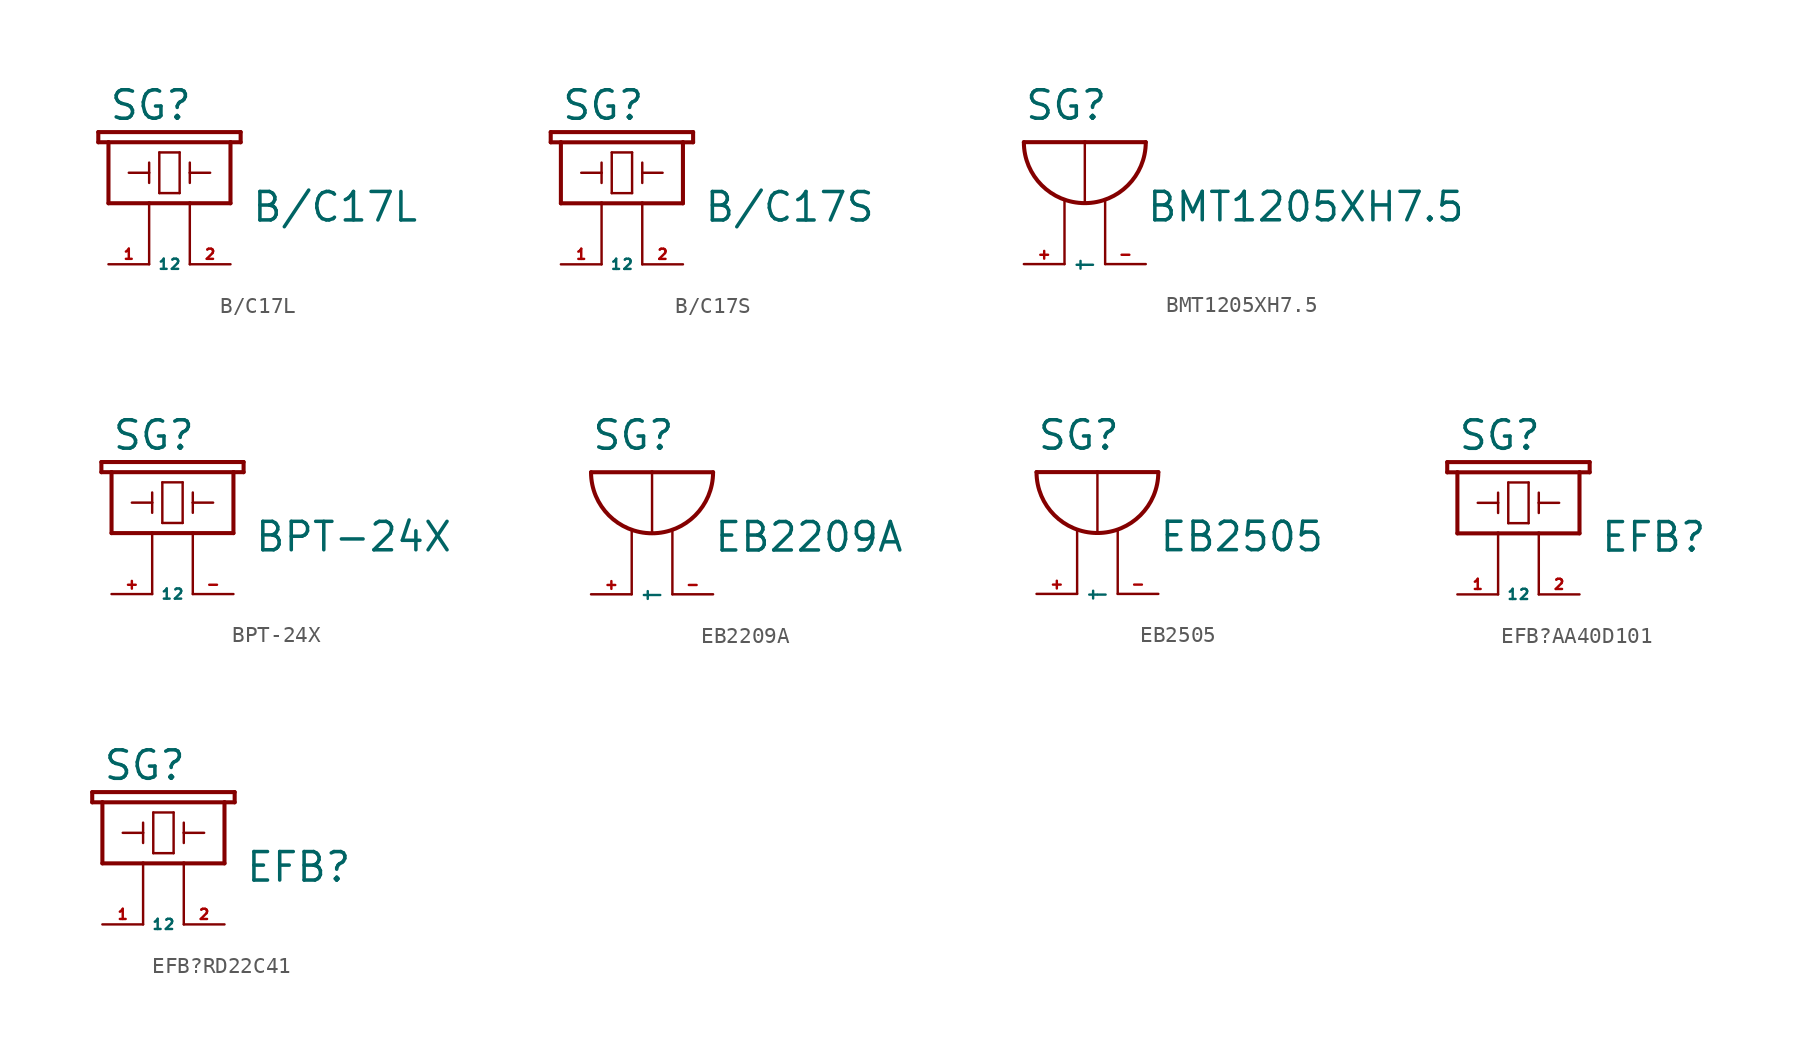
<source format=kicad_sym>
(kicad_symbol_lib
  (version 20220914)
  (generator Eagle2Kicad)
  (symbol "B/C17L"
    (property "Reference" "SG"
      (at -2.54 6.35 0)
      (effects (font (size 1.778 1.778) (thickness 0.22)) (justify left bottom)))
    (property "Value" "B/C17L"
      (at 6.35 0 0)
      (effects (font (size 1.778 1.778) (thickness 0.22)) (justify left bottom)))
    (polyline
      (pts (xy -1.27 3.175) (xy 0 3.175))
      (stroke (width 0.152) (type default))
      (fill (type none)))
    (polyline
      (pts (xy 0 3.175) (xy 0 3.81))
      (stroke (width 0.152) (type default))
      (fill (type none)))
    (polyline
      (pts (xy 0 3.175) (xy 0 2.54))
      (stroke (width 0.152) (type default))
      (fill (type none)))
    (polyline
      (pts (xy 0.635 4.445) (xy 0.635 1.905))
      (stroke (width 0.152) (type default))
      (fill (type none)))
    (polyline
      (pts (xy 0.635 1.905) (xy 1.905 1.905))
      (stroke (width 0.152) (type default))
      (fill (type none)))
    (polyline
      (pts (xy 1.905 1.905) (xy 1.905 4.445))
      (stroke (width 0.152) (type default))
      (fill (type none)))
    (polyline
      (pts (xy 1.905 4.445) (xy 0.635 4.445))
      (stroke (width 0.152) (type default))
      (fill (type none)))
    (polyline
      (pts (xy 2.54 3.81) (xy 2.54 3.175))
      (stroke (width 0.152) (type default))
      (fill (type none)))
    (polyline
      (pts (xy 2.54 3.175) (xy 3.81 3.175))
      (stroke (width 0.152) (type default))
      (fill (type none)))
    (polyline
      (pts (xy 2.54 3.175) (xy 2.54 2.54))
      (stroke (width 0.152) (type default))
      (fill (type none)))
    (polyline
      (pts (xy 2.54 -2.54) (xy 2.54 1.27))
      (stroke (width 0.152) (type default))
      (fill (type none)))
    (polyline
      (pts (xy 0 -2.54) (xy 0 1.27))
      (stroke (width 0.152) (type default))
      (fill (type none)))
    (polyline
      (pts (xy -2.54 1.27) (xy 0 1.27))
      (stroke (width 0.254) (type default))
      (fill (type none)))
    (polyline
      (pts (xy 5.08 1.27) (xy 5.08 5.08))
      (stroke (width 0.254) (type default))
      (fill (type none)))
    (polyline
      (pts (xy 5.08 5.08) (xy 5.715 5.08))
      (stroke (width 0.254) (type default))
      (fill (type none)))
    (polyline
      (pts (xy 5.715 5.08) (xy 5.715 5.715))
      (stroke (width 0.254) (type default))
      (fill (type none)))
    (polyline
      (pts (xy 5.715 5.715) (xy -3.175 5.715))
      (stroke (width 0.254) (type default))
      (fill (type none)))
    (polyline
      (pts (xy -3.175 5.715) (xy -3.175 5.08))
      (stroke (width 0.254) (type default))
      (fill (type none)))
    (polyline
      (pts (xy -3.175 5.08) (xy -2.54 5.08))
      (stroke (width 0.254) (type default))
      (fill (type none)))
    (polyline
      (pts (xy -2.54 5.08) (xy -2.54 1.27))
      (stroke (width 0.254) (type default))
      (fill (type none)))
    (polyline
      (pts (xy -2.54 5.08) (xy 5.08 5.08))
      (stroke (width 0.254) (type default))
      (fill (type none)))
    (polyline
      (pts (xy 2.54 1.27) (xy 5.08 1.27))
      (stroke (width 0.254) (type default))
      (fill (type none)))
    (polyline
      (pts (xy 0 1.27) (xy 2.54 1.27))
      (stroke (width 0.254) (type default))
      (fill (type none)))
    (pin passive line
      (at 5.08 -2.54 180)
      (length 2.54)
      (name "2" (effects (font (size 0.635 0.635) (thickness 0.08)) (justify left bottom)))
      (number "2" (effects (font (size 0.635 0.635) (thickness 0.08)) (justify left bottom))))
    (pin passive line
      (at -2.54 -2.54 0)
      (length 2.54)
      (name "1" (effects (font (size 0.635 0.635) (thickness 0.08)) (justify left bottom)))
      (number "1" (effects (font (size 0.635 0.635) (thickness 0.08)) (justify left bottom)))))
  (symbol "B/C17S"
    (property "Reference" "SG"
      (at -2.54 6.35 0)
      (effects (font (size 1.778 1.778) (thickness 0.22)) (justify left bottom)))
    (property "Value" "B/C17S"
      (at 6.35 0 0)
      (effects (font (size 1.778 1.778) (thickness 0.22)) (justify left bottom)))
    (polyline
      (pts (xy -1.27 3.175) (xy 0 3.175))
      (stroke (width 0.152) (type default))
      (fill (type none)))
    (polyline
      (pts (xy 0 3.175) (xy 0 3.81))
      (stroke (width 0.152) (type default))
      (fill (type none)))
    (polyline
      (pts (xy 0 3.175) (xy 0 2.54))
      (stroke (width 0.152) (type default))
      (fill (type none)))
    (polyline
      (pts (xy 0.635 4.445) (xy 0.635 1.905))
      (stroke (width 0.152) (type default))
      (fill (type none)))
    (polyline
      (pts (xy 0.635 1.905) (xy 1.905 1.905))
      (stroke (width 0.152) (type default))
      (fill (type none)))
    (polyline
      (pts (xy 1.905 1.905) (xy 1.905 4.445))
      (stroke (width 0.152) (type default))
      (fill (type none)))
    (polyline
      (pts (xy 1.905 4.445) (xy 0.635 4.445))
      (stroke (width 0.152) (type default))
      (fill (type none)))
    (polyline
      (pts (xy 2.54 3.81) (xy 2.54 3.175))
      (stroke (width 0.152) (type default))
      (fill (type none)))
    (polyline
      (pts (xy 2.54 3.175) (xy 3.81 3.175))
      (stroke (width 0.152) (type default))
      (fill (type none)))
    (polyline
      (pts (xy 2.54 3.175) (xy 2.54 2.54))
      (stroke (width 0.152) (type default))
      (fill (type none)))
    (polyline
      (pts (xy 2.54 -2.54) (xy 2.54 1.27))
      (stroke (width 0.152) (type default))
      (fill (type none)))
    (polyline
      (pts (xy 0 -2.54) (xy 0 1.27))
      (stroke (width 0.152) (type default))
      (fill (type none)))
    (polyline
      (pts (xy -2.54 1.27) (xy 0 1.27))
      (stroke (width 0.254) (type default))
      (fill (type none)))
    (polyline
      (pts (xy 5.08 1.27) (xy 5.08 5.08))
      (stroke (width 0.254) (type default))
      (fill (type none)))
    (polyline
      (pts (xy 5.08 5.08) (xy 5.715 5.08))
      (stroke (width 0.254) (type default))
      (fill (type none)))
    (polyline
      (pts (xy 5.715 5.08) (xy 5.715 5.715))
      (stroke (width 0.254) (type default))
      (fill (type none)))
    (polyline
      (pts (xy 5.715 5.715) (xy -3.175 5.715))
      (stroke (width 0.254) (type default))
      (fill (type none)))
    (polyline
      (pts (xy -3.175 5.715) (xy -3.175 5.08))
      (stroke (width 0.254) (type default))
      (fill (type none)))
    (polyline
      (pts (xy -3.175 5.08) (xy -2.54 5.08))
      (stroke (width 0.254) (type default))
      (fill (type none)))
    (polyline
      (pts (xy -2.54 5.08) (xy -2.54 1.27))
      (stroke (width 0.254) (type default))
      (fill (type none)))
    (polyline
      (pts (xy -2.54 5.08) (xy 5.08 5.08))
      (stroke (width 0.254) (type default))
      (fill (type none)))
    (polyline
      (pts (xy 2.54 1.27) (xy 5.08 1.27))
      (stroke (width 0.254) (type default))
      (fill (type none)))
    (polyline
      (pts (xy 0 1.27) (xy 2.54 1.27))
      (stroke (width 0.254) (type default))
      (fill (type none)))
    (pin passive line
      (at 5.08 -2.54 180)
      (length 2.54)
      (name "2" (effects (font (size 0.635 0.635) (thickness 0.08)) (justify left bottom)))
      (number "2" (effects (font (size 0.635 0.635) (thickness 0.08)) (justify left bottom))))
    (pin passive line
      (at -2.54 -2.54 0)
      (length 2.54)
      (name "1" (effects (font (size 0.635 0.635) (thickness 0.08)) (justify left bottom)))
      (number "1" (effects (font (size 0.635 0.635) (thickness 0.08)) (justify left bottom)))))
  (symbol "BMT1205XH7.5"
    (property "Reference" "SG"
      (at -2.54 6.35 0)
      (effects (font (size 1.778 1.778) (thickness 0.22)) (justify left bottom)))
    (property "Value" "BMT1205XH7.5"
      (at 5.08 0 0)
      (effects (font (size 1.778 1.778) (thickness 0.22)) (justify left bottom)))
    (arc
      (start -2.54 5.08)
      (mid 1.270 1.270)
      (end 5.08 5.08)
      (stroke (width 0.254) (type default))
      (fill (type none)))
    (polyline
      (pts (xy -2.54 5.08) (xy 1.27 5.08))
      (stroke (width 0.254) (type default))
      (fill (type none)))
    (polyline
      (pts (xy 1.27 1.27) (xy 1.27 5.08))
      (stroke (width 0.152) (type default))
      (fill (type none)))
    (polyline
      (pts (xy 1.27 5.08) (xy 5.08 5.08))
      (stroke (width 0.254) (type default))
      (fill (type none)))
    (polyline
      (pts (xy 2.54 -2.54) (xy 2.54 1.397))
      (stroke (width 0.152) (type default))
      (fill (type none)))
    (polyline
      (pts (xy 0 -2.54) (xy 0 1.397))
      (stroke (width 0.152) (type default))
      (fill (type none)))
    (pin passive line
      (at 5.08 -2.54 180)
      (length 2.54)
      (name "-" (effects (font (size 0.635 0.635) (thickness 0.08)) (justify left bottom)))
      (number "-" (effects (font (size 0.635 0.635) (thickness 0.08)) (justify left bottom))))
    (pin passive line
      (at -2.54 -2.54 0)
      (length 2.54)
      (name "+" (effects (font (size 0.635 0.635) (thickness 0.08)) (justify left bottom)))
      (number "+" (effects (font (size 0.635 0.635) (thickness 0.08)) (justify left bottom)))))
  (symbol "BPT-24X"
    (property "Reference" "SG"
      (at -2.54 6.35 0)
      (effects (font (size 1.778 1.778) (thickness 0.22)) (justify left bottom)))
    (property "Value" "BPT-24X"
      (at 6.35 0 0)
      (effects (font (size 1.778 1.778) (thickness 0.22)) (justify left bottom)))
    (polyline
      (pts (xy -1.27 3.175) (xy 0 3.175))
      (stroke (width 0.152) (type default))
      (fill (type none)))
    (polyline
      (pts (xy 0 3.175) (xy 0 3.81))
      (stroke (width 0.152) (type default))
      (fill (type none)))
    (polyline
      (pts (xy 0 3.175) (xy 0 2.54))
      (stroke (width 0.152) (type default))
      (fill (type none)))
    (polyline
      (pts (xy 0.635 4.445) (xy 0.635 1.905))
      (stroke (width 0.152) (type default))
      (fill (type none)))
    (polyline
      (pts (xy 0.635 1.905) (xy 1.905 1.905))
      (stroke (width 0.152) (type default))
      (fill (type none)))
    (polyline
      (pts (xy 1.905 1.905) (xy 1.905 4.445))
      (stroke (width 0.152) (type default))
      (fill (type none)))
    (polyline
      (pts (xy 1.905 4.445) (xy 0.635 4.445))
      (stroke (width 0.152) (type default))
      (fill (type none)))
    (polyline
      (pts (xy 2.54 3.81) (xy 2.54 3.175))
      (stroke (width 0.152) (type default))
      (fill (type none)))
    (polyline
      (pts (xy 2.54 3.175) (xy 3.81 3.175))
      (stroke (width 0.152) (type default))
      (fill (type none)))
    (polyline
      (pts (xy 2.54 3.175) (xy 2.54 2.54))
      (stroke (width 0.152) (type default))
      (fill (type none)))
    (polyline
      (pts (xy 2.54 -2.54) (xy 2.54 1.27))
      (stroke (width 0.152) (type default))
      (fill (type none)))
    (polyline
      (pts (xy 0 -2.54) (xy 0 1.27))
      (stroke (width 0.152) (type default))
      (fill (type none)))
    (polyline
      (pts (xy -2.54 1.27) (xy 0 1.27))
      (stroke (width 0.254) (type default))
      (fill (type none)))
    (polyline
      (pts (xy 5.08 1.27) (xy 5.08 5.08))
      (stroke (width 0.254) (type default))
      (fill (type none)))
    (polyline
      (pts (xy 5.08 5.08) (xy 5.715 5.08))
      (stroke (width 0.254) (type default))
      (fill (type none)))
    (polyline
      (pts (xy 5.715 5.08) (xy 5.715 5.715))
      (stroke (width 0.254) (type default))
      (fill (type none)))
    (polyline
      (pts (xy 5.715 5.715) (xy -3.175 5.715))
      (stroke (width 0.254) (type default))
      (fill (type none)))
    (polyline
      (pts (xy -3.175 5.715) (xy -3.175 5.08))
      (stroke (width 0.254) (type default))
      (fill (type none)))
    (polyline
      (pts (xy -3.175 5.08) (xy -2.54 5.08))
      (stroke (width 0.254) (type default))
      (fill (type none)))
    (polyline
      (pts (xy -2.54 5.08) (xy -2.54 1.27))
      (stroke (width 0.254) (type default))
      (fill (type none)))
    (polyline
      (pts (xy -2.54 5.08) (xy 5.08 5.08))
      (stroke (width 0.254) (type default))
      (fill (type none)))
    (polyline
      (pts (xy 2.54 1.27) (xy 5.08 1.27))
      (stroke (width 0.254) (type default))
      (fill (type none)))
    (polyline
      (pts (xy 0 1.27) (xy 2.54 1.27))
      (stroke (width 0.254) (type default))
      (fill (type none)))
    (pin passive line
      (at 5.08 -2.54 180)
      (length 2.54)
      (name "2" (effects (font (size 0.635 0.635) (thickness 0.08)) (justify left bottom)))
      (number "-" (effects (font (size 0.635 0.635) (thickness 0.08)) (justify left bottom))))
    (pin passive line
      (at -2.54 -2.54 0)
      (length 2.54)
      (name "1" (effects (font (size 0.635 0.635) (thickness 0.08)) (justify left bottom)))
      (number "+" (effects (font (size 0.635 0.635) (thickness 0.08)) (justify left bottom)))))
  (symbol "EB2209A"
    (property "Reference" "SG"
      (at -2.54 6.35 0)
      (effects (font (size 1.778 1.778) (thickness 0.22)) (justify left bottom)))
    (property "Value" "EB2209A"
      (at 5.08 0 0)
      (effects (font (size 1.778 1.778) (thickness 0.22)) (justify left bottom)))
    (arc
      (start -2.54 5.08)
      (mid 1.270 1.270)
      (end 5.08 5.08)
      (stroke (width 0.254) (type default))
      (fill (type none)))
    (polyline
      (pts (xy -2.54 5.08) (xy 1.27 5.08))
      (stroke (width 0.254) (type default))
      (fill (type none)))
    (polyline
      (pts (xy 1.27 1.27) (xy 1.27 5.08))
      (stroke (width 0.152) (type default))
      (fill (type none)))
    (polyline
      (pts (xy 1.27 5.08) (xy 5.08 5.08))
      (stroke (width 0.254) (type default))
      (fill (type none)))
    (polyline
      (pts (xy 2.54 -2.54) (xy 2.54 1.397))
      (stroke (width 0.152) (type default))
      (fill (type none)))
    (polyline
      (pts (xy 0 -2.54) (xy 0 1.397))
      (stroke (width 0.152) (type default))
      (fill (type none)))
    (pin passive line
      (at 5.08 -2.54 180)
      (length 2.54)
      (name "-" (effects (font (size 0.635 0.635) (thickness 0.08)) (justify left bottom)))
      (number "-" (effects (font (size 0.635 0.635) (thickness 0.08)) (justify left bottom))))
    (pin passive line
      (at -2.54 -2.54 0)
      (length 2.54)
      (name "+" (effects (font (size 0.635 0.635) (thickness 0.08)) (justify left bottom)))
      (number "+" (effects (font (size 0.635 0.635) (thickness 0.08)) (justify left bottom)))))
  (symbol "EB2505"
    (property "Reference" "SG"
      (at -2.54 6.35 0)
      (effects (font (size 1.778 1.778) (thickness 0.22)) (justify left bottom)))
    (property "Value" "EB2505"
      (at 5.08 0 0)
      (effects (font (size 1.778 1.778) (thickness 0.22)) (justify left bottom)))
    (arc
      (start -2.54 5.08)
      (mid 1.270 1.270)
      (end 5.08 5.08)
      (stroke (width 0.254) (type default))
      (fill (type none)))
    (polyline
      (pts (xy -2.54 5.08) (xy 1.27 5.08))
      (stroke (width 0.254) (type default))
      (fill (type none)))
    (polyline
      (pts (xy 1.27 1.27) (xy 1.27 5.08))
      (stroke (width 0.152) (type default))
      (fill (type none)))
    (polyline
      (pts (xy 1.27 5.08) (xy 5.08 5.08))
      (stroke (width 0.254) (type default))
      (fill (type none)))
    (polyline
      (pts (xy 2.54 -2.54) (xy 2.54 1.397))
      (stroke (width 0.152) (type default))
      (fill (type none)))
    (polyline
      (pts (xy 0 -2.54) (xy 0 1.397))
      (stroke (width 0.152) (type default))
      (fill (type none)))
    (pin passive line
      (at 5.08 -2.54 180)
      (length 2.54)
      (name "-" (effects (font (size 0.635 0.635) (thickness 0.08)) (justify left bottom)))
      (number "-" (effects (font (size 0.635 0.635) (thickness 0.08)) (justify left bottom))))
    (pin passive line
      (at -2.54 -2.54 0)
      (length 2.54)
      (name "+" (effects (font (size 0.635 0.635) (thickness 0.08)) (justify left bottom)))
      (number "+" (effects (font (size 0.635 0.635) (thickness 0.08)) (justify left bottom)))))
  (symbol "EFB?AA40D101"
    (property "Reference" "SG"
      (at -2.54 6.35 0)
      (effects (font (size 1.778 1.778) (thickness 0.22)) (justify left bottom)))
    (property "Value" "EFB?"
      (at 6.35 0 0)
      (effects (font (size 1.778 1.778) (thickness 0.22)) (justify left bottom)))
    (polyline
      (pts (xy -1.27 3.175) (xy 0 3.175))
      (stroke (width 0.152) (type default))
      (fill (type none)))
    (polyline
      (pts (xy 0 3.175) (xy 0 3.81))
      (stroke (width 0.152) (type default))
      (fill (type none)))
    (polyline
      (pts (xy 0 3.175) (xy 0 2.54))
      (stroke (width 0.152) (type default))
      (fill (type none)))
    (polyline
      (pts (xy 0.635 4.445) (xy 0.635 1.905))
      (stroke (width 0.152) (type default))
      (fill (type none)))
    (polyline
      (pts (xy 0.635 1.905) (xy 1.905 1.905))
      (stroke (width 0.152) (type default))
      (fill (type none)))
    (polyline
      (pts (xy 1.905 1.905) (xy 1.905 4.445))
      (stroke (width 0.152) (type default))
      (fill (type none)))
    (polyline
      (pts (xy 1.905 4.445) (xy 0.635 4.445))
      (stroke (width 0.152) (type default))
      (fill (type none)))
    (polyline
      (pts (xy 2.54 3.81) (xy 2.54 3.175))
      (stroke (width 0.152) (type default))
      (fill (type none)))
    (polyline
      (pts (xy 2.54 3.175) (xy 3.81 3.175))
      (stroke (width 0.152) (type default))
      (fill (type none)))
    (polyline
      (pts (xy 2.54 3.175) (xy 2.54 2.54))
      (stroke (width 0.152) (type default))
      (fill (type none)))
    (polyline
      (pts (xy 2.54 -2.54) (xy 2.54 1.27))
      (stroke (width 0.152) (type default))
      (fill (type none)))
    (polyline
      (pts (xy 0 -2.54) (xy 0 1.27))
      (stroke (width 0.152) (type default))
      (fill (type none)))
    (polyline
      (pts (xy -2.54 1.27) (xy 0 1.27))
      (stroke (width 0.254) (type default))
      (fill (type none)))
    (polyline
      (pts (xy 5.08 1.27) (xy 5.08 5.08))
      (stroke (width 0.254) (type default))
      (fill (type none)))
    (polyline
      (pts (xy 5.08 5.08) (xy 5.715 5.08))
      (stroke (width 0.254) (type default))
      (fill (type none)))
    (polyline
      (pts (xy 5.715 5.08) (xy 5.715 5.715))
      (stroke (width 0.254) (type default))
      (fill (type none)))
    (polyline
      (pts (xy 5.715 5.715) (xy -3.175 5.715))
      (stroke (width 0.254) (type default))
      (fill (type none)))
    (polyline
      (pts (xy -3.175 5.715) (xy -3.175 5.08))
      (stroke (width 0.254) (type default))
      (fill (type none)))
    (polyline
      (pts (xy -3.175 5.08) (xy -2.54 5.08))
      (stroke (width 0.254) (type default))
      (fill (type none)))
    (polyline
      (pts (xy -2.54 5.08) (xy -2.54 1.27))
      (stroke (width 0.254) (type default))
      (fill (type none)))
    (polyline
      (pts (xy -2.54 5.08) (xy 5.08 5.08))
      (stroke (width 0.254) (type default))
      (fill (type none)))
    (polyline
      (pts (xy 2.54 1.27) (xy 5.08 1.27))
      (stroke (width 0.254) (type default))
      (fill (type none)))
    (polyline
      (pts (xy 0 1.27) (xy 2.54 1.27))
      (stroke (width 0.254) (type default))
      (fill (type none)))
    (pin passive line
      (at 5.08 -2.54 180)
      (length 2.54)
      (name "2" (effects (font (size 0.635 0.635) (thickness 0.08)) (justify left bottom)))
      (number "2" (effects (font (size 0.635 0.635) (thickness 0.08)) (justify left bottom))))
    (pin passive line
      (at -2.54 -2.54 0)
      (length 2.54)
      (name "1" (effects (font (size 0.635 0.635) (thickness 0.08)) (justify left bottom)))
      (number "1" (effects (font (size 0.635 0.635) (thickness 0.08)) (justify left bottom)))))
  (symbol "EFB?RD22C41"
    (property "Reference" "SG"
      (at -2.54 6.35 0)
      (effects (font (size 1.778 1.778) (thickness 0.22)) (justify left bottom)))
    (property "Value" "EFB?"
      (at 6.35 0 0)
      (effects (font (size 1.778 1.778) (thickness 0.22)) (justify left bottom)))
    (polyline
      (pts (xy -1.27 3.175) (xy 0 3.175))
      (stroke (width 0.152) (type default))
      (fill (type none)))
    (polyline
      (pts (xy 0 3.175) (xy 0 3.81))
      (stroke (width 0.152) (type default))
      (fill (type none)))
    (polyline
      (pts (xy 0 3.175) (xy 0 2.54))
      (stroke (width 0.152) (type default))
      (fill (type none)))
    (polyline
      (pts (xy 0.635 4.445) (xy 0.635 1.905))
      (stroke (width 0.152) (type default))
      (fill (type none)))
    (polyline
      (pts (xy 0.635 1.905) (xy 1.905 1.905))
      (stroke (width 0.152) (type default))
      (fill (type none)))
    (polyline
      (pts (xy 1.905 1.905) (xy 1.905 4.445))
      (stroke (width 0.152) (type default))
      (fill (type none)))
    (polyline
      (pts (xy 1.905 4.445) (xy 0.635 4.445))
      (stroke (width 0.152) (type default))
      (fill (type none)))
    (polyline
      (pts (xy 2.54 3.81) (xy 2.54 3.175))
      (stroke (width 0.152) (type default))
      (fill (type none)))
    (polyline
      (pts (xy 2.54 3.175) (xy 3.81 3.175))
      (stroke (width 0.152) (type default))
      (fill (type none)))
    (polyline
      (pts (xy 2.54 3.175) (xy 2.54 2.54))
      (stroke (width 0.152) (type default))
      (fill (type none)))
    (polyline
      (pts (xy 2.54 -2.54) (xy 2.54 1.27))
      (stroke (width 0.152) (type default))
      (fill (type none)))
    (polyline
      (pts (xy 0 -2.54) (xy 0 1.27))
      (stroke (width 0.152) (type default))
      (fill (type none)))
    (polyline
      (pts (xy -2.54 1.27) (xy 0 1.27))
      (stroke (width 0.254) (type default))
      (fill (type none)))
    (polyline
      (pts (xy 5.08 1.27) (xy 5.08 5.08))
      (stroke (width 0.254) (type default))
      (fill (type none)))
    (polyline
      (pts (xy 5.08 5.08) (xy 5.715 5.08))
      (stroke (width 0.254) (type default))
      (fill (type none)))
    (polyline
      (pts (xy 5.715 5.08) (xy 5.715 5.715))
      (stroke (width 0.254) (type default))
      (fill (type none)))
    (polyline
      (pts (xy 5.715 5.715) (xy -3.175 5.715))
      (stroke (width 0.254) (type default))
      (fill (type none)))
    (polyline
      (pts (xy -3.175 5.715) (xy -3.175 5.08))
      (stroke (width 0.254) (type default))
      (fill (type none)))
    (polyline
      (pts (xy -3.175 5.08) (xy -2.54 5.08))
      (stroke (width 0.254) (type default))
      (fill (type none)))
    (polyline
      (pts (xy -2.54 5.08) (xy -2.54 1.27))
      (stroke (width 0.254) (type default))
      (fill (type none)))
    (polyline
      (pts (xy -2.54 5.08) (xy 5.08 5.08))
      (stroke (width 0.254) (type default))
      (fill (type none)))
    (polyline
      (pts (xy 2.54 1.27) (xy 5.08 1.27))
      (stroke (width 0.254) (type default))
      (fill (type none)))
    (polyline
      (pts (xy 0 1.27) (xy 2.54 1.27))
      (stroke (width 0.254) (type default))
      (fill (type none)))
    (pin passive line
      (at 5.08 -2.54 180)
      (length 2.54)
      (name "2" (effects (font (size 0.635 0.635) (thickness 0.08)) (justify left bottom)))
      (number "2" (effects (font (size 0.635 0.635) (thickness 0.08)) (justify left bottom))))
    (pin passive line
      (at -2.54 -2.54 0)
      (length 2.54)
      (name "1" (effects (font (size 0.635 0.635) (thickness 0.08)) (justify left bottom)))
      (number "1" (effects (font (size 0.635 0.635) (thickness 0.08)) (justify left bottom))))))
</source>
